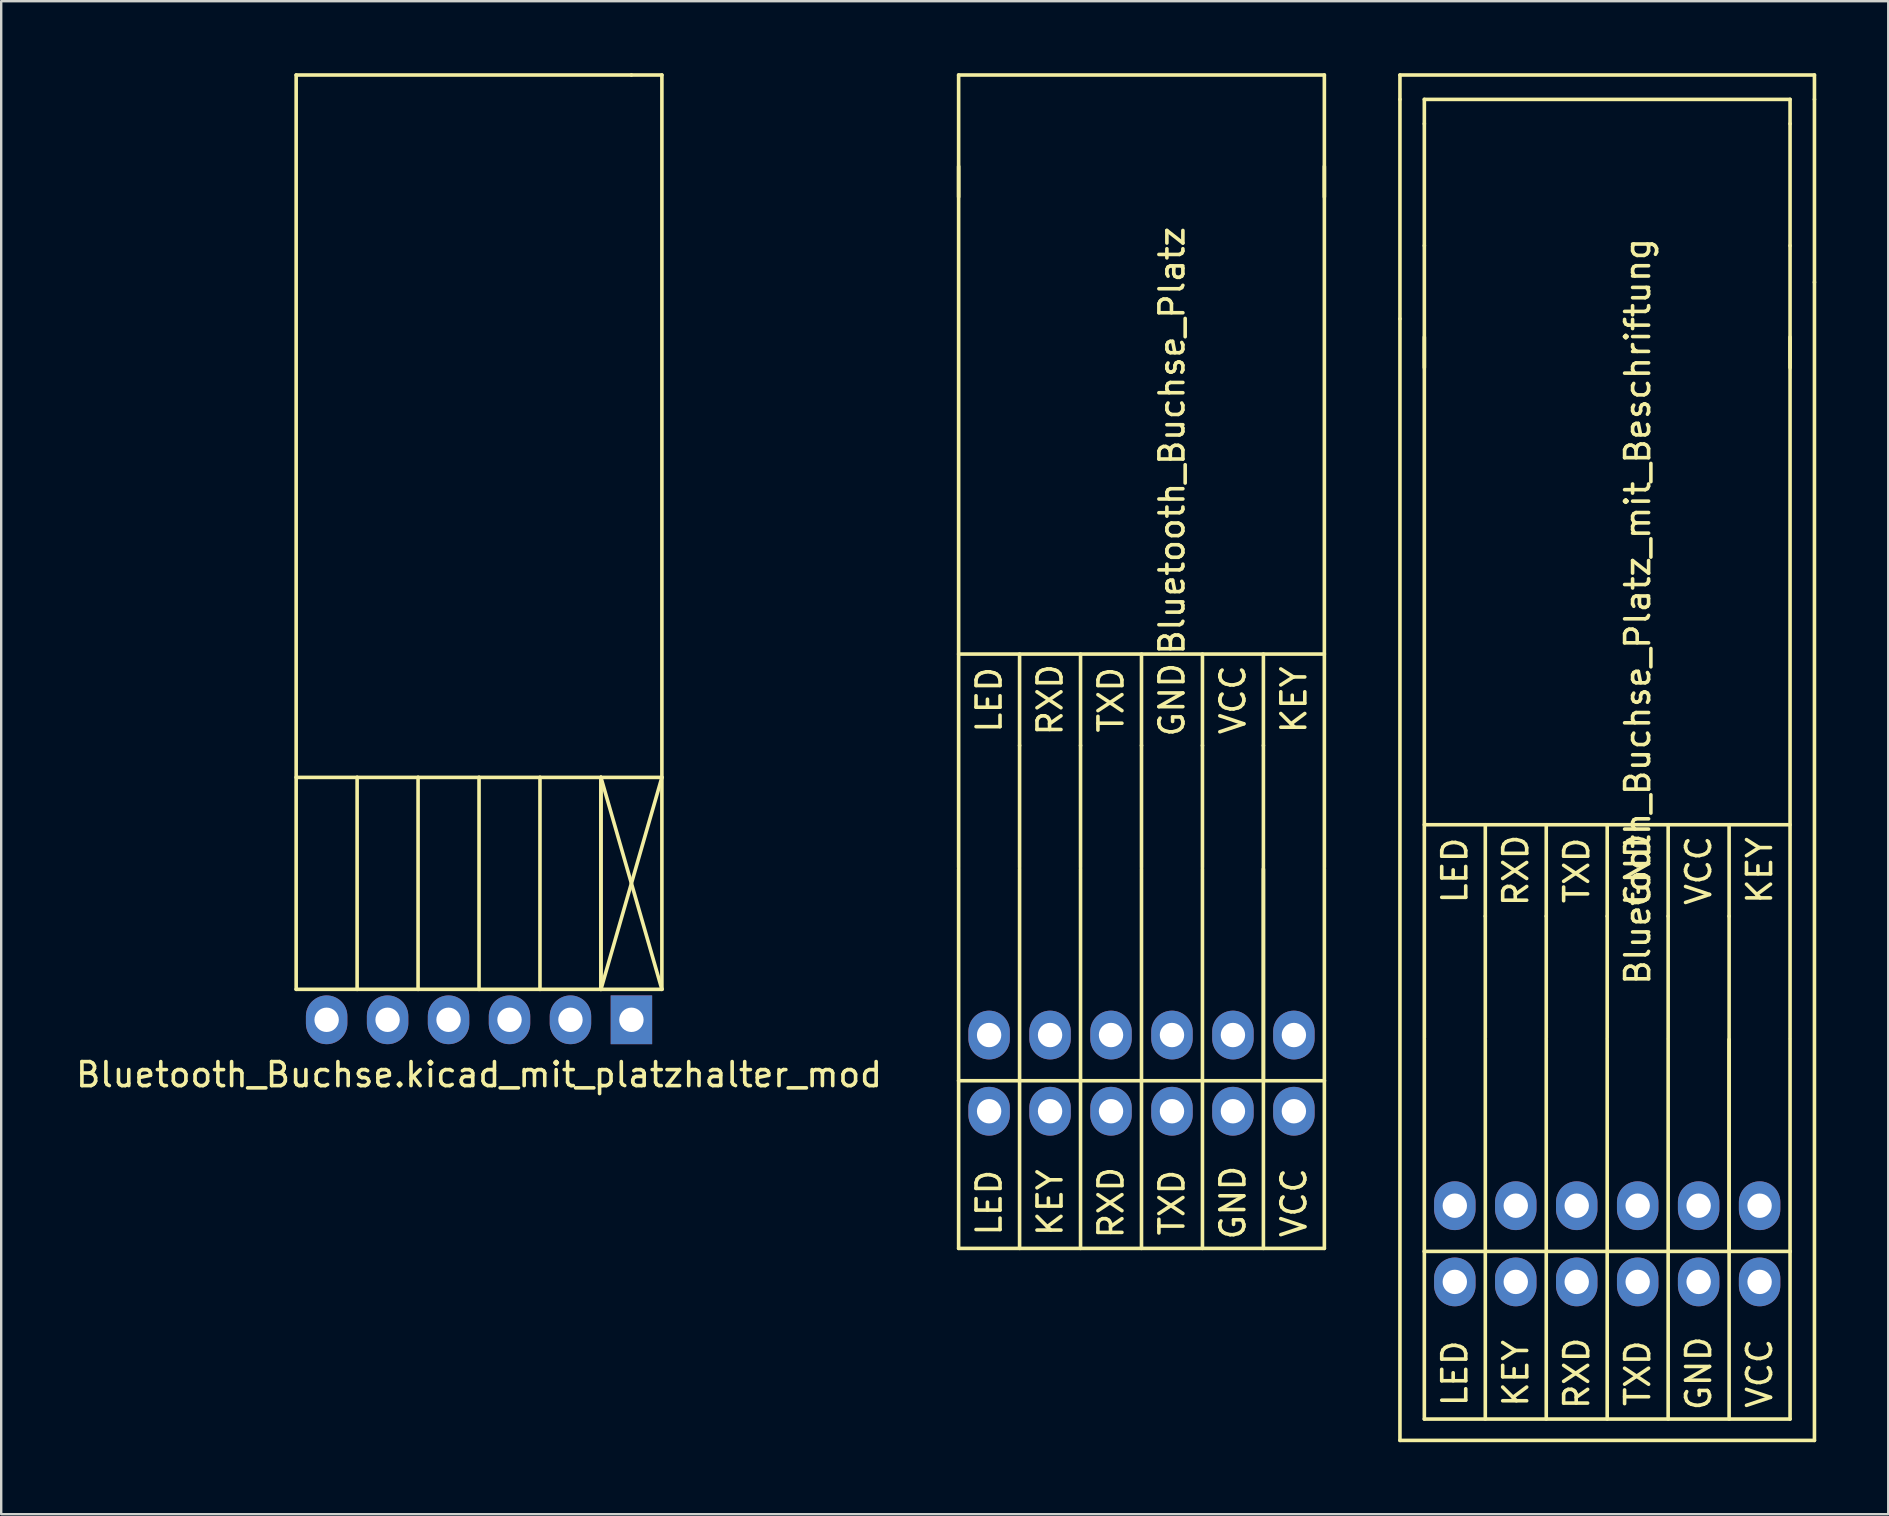
<source format=kicad_pcb>
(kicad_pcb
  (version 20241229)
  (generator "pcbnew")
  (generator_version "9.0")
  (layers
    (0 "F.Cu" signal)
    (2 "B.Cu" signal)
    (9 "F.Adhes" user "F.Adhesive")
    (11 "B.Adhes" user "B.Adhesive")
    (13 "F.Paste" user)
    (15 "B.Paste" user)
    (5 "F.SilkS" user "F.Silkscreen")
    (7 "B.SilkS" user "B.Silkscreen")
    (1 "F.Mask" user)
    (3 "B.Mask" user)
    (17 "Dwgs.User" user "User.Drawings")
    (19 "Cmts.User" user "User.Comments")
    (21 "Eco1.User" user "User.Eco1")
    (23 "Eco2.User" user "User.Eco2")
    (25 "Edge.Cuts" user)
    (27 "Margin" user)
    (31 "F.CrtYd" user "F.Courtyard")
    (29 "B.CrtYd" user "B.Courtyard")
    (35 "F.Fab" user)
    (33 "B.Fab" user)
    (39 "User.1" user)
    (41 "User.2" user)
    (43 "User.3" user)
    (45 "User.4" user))
  (footprint "Bluetooth_Buchse.kicad_mit_platzhalter_mod"
    (layer "F.Cu")
    (at 16.911 39.445)
    (property "Reference" "Bluetooth_Buchse.kicad_mit_platzhalter_mod" (at 0 2.286 0) (layer "F.SilkS") (effects (font (size 1 1) (thickness 0.15))))
    (fp_line (start -7.62 -39.37) (end 6.35 -39.37) (stroke (width 0.15) (type solid)) (layer "F.SilkS"))
    (fp_line (start -7.62 -10.16) (end -7.62 -39.37) (stroke (width 0.15) (type solid)) (layer "F.SilkS"))
    (fp_line (start -7.62 -10.1) (end -7.62 -1.27) (stroke (width 0.15) (type solid)) (layer "F.SilkS"))
    (fp_line (start -5.08 -10.1) (end -7.62 -10.1) (stroke (width 0.15) (type solid)) (layer "F.SilkS"))
    (fp_line (start -5.08 -10.1) (end -5.08 -1.27) (stroke (width 0.15) (type solid)) (layer "F.SilkS"))
    (fp_line (start -5.08 -1.27) (end -7.62 -1.27) (stroke (width 0.15) (type solid)) (layer "F.SilkS"))
    (fp_line (start -2.54 -10.1) (end -5.08 -10.1) (stroke (width 0.15) (type solid)) (layer "F.SilkS"))
    (fp_line (start -2.54 -10.1) (end -2.54 -1.27) (stroke (width 0.15) (type solid)) (layer "F.SilkS"))
    (fp_line (start -2.54 -1.27) (end -5.08 -1.27) (stroke (width 0.15) (type solid)) (layer "F.SilkS"))
    (fp_line (start 0 -10.1) (end -2.54 -10.1) (stroke (width 0.15) (type solid)) (layer "F.SilkS"))
    (fp_line (start 0 -10.1) (end 0 -1.27) (stroke (width 0.15) (type solid)) (layer "F.SilkS"))
    (fp_line (start 0 -1.27) (end -2.54 -1.27) (stroke (width 0.15) (type solid)) (layer "F.SilkS"))
    (fp_line (start 2.54 -10.1) (end 0 -10.1) (stroke (width 0.15) (type solid)) (layer "F.SilkS"))
    (fp_line (start 2.54 -10.1) (end 2.54 -1.27) (stroke (width 0.15) (type solid)) (layer "F.SilkS"))
    (fp_line (start 2.54 -1.27) (end 0 -1.27) (stroke (width 0.15) (type solid)) (layer "F.SilkS"))
    (fp_line (start 5.08 -10.1) (end 2.54 -10.1) (stroke (width 0.15) (type solid)) (layer "F.SilkS"))
    (fp_line (start 5.08 -10.1) (end 5.08 -1.27) (stroke (width 0.15) (type solid)) (layer "F.SilkS"))
    (fp_line (start 5.08 -1.27) (end 2.54 -1.27) (stroke (width 0.15) (type solid)) (layer "F.SilkS"))
    (fp_line (start 5.08 -1.27) (end 5.08 -10.1) (stroke (width 0.15) (type solid)) (layer "F.SilkS"))
    (fp_line (start 6.35 -39.37) (end 7.62 -39.37) (stroke (width 0.15) (type solid)) (layer "F.SilkS"))
    (fp_line (start 7.62 -39.37) (end 7.62 -10.16) (stroke (width 0.15) (type solid)) (layer "F.SilkS"))
    (fp_line (start 7.62 -10.1) (end 5.08 -10.1) (stroke (width 0.15) (type solid)) (layer "F.SilkS"))
    (fp_line (start 7.62 -10.1) (end 5.08 -1.27) (stroke (width 0.15) (type solid)) (layer "F.SilkS"))
    (fp_line (start 7.62 -1.27) (end 5.08 -10.1) (stroke (width 0.15) (type solid)) (layer "F.SilkS"))
    (fp_line (start 7.62 -1.27) (end 5.08 -1.27) (stroke (width 0.15) (type solid)) (layer "F.SilkS"))
    (fp_line (start 7.62 -1.27) (end 7.62 -10.1) (stroke (width 0.15) (type solid)) (layer "F.SilkS"))
    (pad "1" thru_hole rect (at 6.35 0 180) (size 1.727 2.032) (drill 1.016) (layers "*.Cu" "*.Mask"))
    (pad "2" thru_hole oval (at 3.81 0 180) (size 1.727 2.032) (drill 1.016) (layers "*.Cu" "*.Mask"))
    (pad "3" thru_hole oval (at 1.27 0 180) (size 1.727 2.032) (drill 1.016) (layers "*.Cu" "*.Mask"))
    (pad "4" thru_hole oval (at -1.27 0 180) (size 1.727 2.032) (drill 1.016) (layers "*.Cu" "*.Mask"))
    (pad "5" thru_hole oval (at -3.81 0 180) (size 1.727 2.032) (drill 1.016) (layers "*.Cu" "*.Mask"))
    (pad "6" thru_hole oval (at -6.35 0 180) (size 1.727 2.032) (drill 1.016) (layers "*.Cu" "*.Mask")))
  (footprint "Bluetooth_Buchse_Platz_mit_Beschriftung"
    (layer "F.Cu")
    (at 63.922 50.367)
    (property "Reference" "Bluetooth_Buchse_Platz_mit_Beschriftung" (at 1.27 -27.94 90) (layer "F.SilkS") (effects (font (size 1 1) (thickness 0.15))))
    (fp_line (start -8.636 -50.292) (end 8.636 -50.292) (stroke (width 0.15) (type solid)) (layer "F.SilkS"))
    (fp_line (start -8.636 -49.276) (end -8.636 -50.292) (stroke (width 0.15) (type solid)) (layer "F.SilkS"))
    (fp_line (start -8.636 -40.132) (end -8.636 -49.276) (stroke (width 0.15) (type solid)) (layer "F.SilkS"))
    (fp_line (start -8.636 -40.132) (end -8.636 6.604) (stroke (width 0.15) (type solid)) (layer "F.SilkS"))
    (fp_line (start -8.636 6.604) (end 8.636 6.604) (stroke (width 0.15) (type solid)) (layer "F.SilkS"))
    (fp_line (start -7.62 -49.276) (end 7.62 -49.276) (stroke (width 0.15) (type solid)) (layer "F.SilkS"))
    (fp_line (start -7.62 -48.26) (end -7.62 -49.276) (stroke (width 0.15) (type solid)) (layer "F.SilkS"))
    (fp_line (start -7.62 -43.18) (end -7.62 -48.26) (stroke (width 0.15) (type solid)) (layer "F.SilkS"))
    (fp_line (start -7.62 -43.18) (end -7.62 -38.1) (stroke (width 0.15) (type solid)) (layer "F.SilkS"))
    (fp_line (start -7.62 -10.16) (end -7.62 -39.37) (stroke (width 0.15) (type solid)) (layer "F.SilkS"))
    (fp_line (start -7.62 -10.1) (end -7.62 -1.27) (stroke (width 0.15) (type solid)) (layer "F.SilkS"))
    (fp_line (start -7.62 -1.27) (end -7.62 5.715) (stroke (width 0.15) (type solid)) (layer "F.SilkS"))
    (fp_line (start -7.62 5.715) (end 7.62 5.715) (stroke (width 0.15) (type solid)) (layer "F.SilkS"))
    (fp_line (start -5.08 -15.24) (end -5.08 -19.05) (stroke (width 0.15) (type solid)) (layer "F.SilkS"))
    (fp_line (start -5.08 -10.16) (end -5.08 -15.24) (stroke (width 0.15) (type solid)) (layer "F.SilkS"))
    (fp_line (start -5.08 -10.1) (end -5.08 -1.27) (stroke (width 0.15) (type solid)) (layer "F.SilkS"))
    (fp_line (start -5.08 -1.27) (end -7.62 -1.27) (stroke (width 0.15) (type solid)) (layer "F.SilkS"))
    (fp_line (start -5.08 -1.27) (end -5.08 5.715) (stroke (width 0.15) (type solid)) (layer "F.SilkS"))
    (fp_line (start -2.54 -15.24) (end -2.54 -19.05) (stroke (width 0.15) (type solid)) (layer "F.SilkS"))
    (fp_line (start -2.54 -10.16) (end -2.54 -15.24) (stroke (width 0.15) (type solid)) (layer "F.SilkS"))
    (fp_line (start -2.54 -10.1) (end -2.54 -1.27) (stroke (width 0.15) (type solid)) (layer "F.SilkS"))
    (fp_line (start -2.54 -1.27) (end -5.08 -1.27) (stroke (width 0.15) (type solid)) (layer "F.SilkS"))
    (fp_line (start -2.54 -1.27) (end -2.54 5.715) (stroke (width 0.15) (type solid)) (layer "F.SilkS"))
    (fp_line (start 0 -15.24) (end 0 -19.05) (stroke (width 0.15) (type solid)) (layer "F.SilkS"))
    (fp_line (start 0 -10.16) (end 0 -15.24) (stroke (width 0.15) (type solid)) (layer "F.SilkS"))
    (fp_line (start 0 -10.1) (end 0 -1.27) (stroke (width 0.15) (type solid)) (layer "F.SilkS"))
    (fp_line (start 0 -1.27) (end -2.54 -1.27) (stroke (width 0.15) (type solid)) (layer "F.SilkS"))
    (fp_line (start 0 -1.27) (end 0 5.715) (stroke (width 0.15) (type solid)) (layer "F.SilkS"))
    (fp_line (start 2.54 -15.24) (end 2.54 -19.05) (stroke (width 0.15) (type solid)) (layer "F.SilkS"))
    (fp_line (start 2.54 -10.16) (end 2.54 -15.24) (stroke (width 0.15) (type solid)) (layer "F.SilkS"))
    (fp_line (start 2.54 -10.1) (end 2.54 -1.27) (stroke (width 0.15) (type solid)) (layer "F.SilkS"))
    (fp_line (start 2.54 -1.27) (end 0 -1.27) (stroke (width 0.15) (type solid)) (layer "F.SilkS"))
    (fp_line (start 2.54 -1.27) (end 2.54 5.715) (stroke (width 0.15) (type solid)) (layer "F.SilkS"))
    (fp_line (start 5.08 -15.24) (end 5.08 -19.05) (stroke (width 0.15) (type solid)) (layer "F.SilkS"))
    (fp_line (start 5.08 -10.16) (end 5.08 -15.24) (stroke (width 0.15) (type solid)) (layer "F.SilkS"))
    (fp_line (start 5.08 -10.1) (end 5.08 -1.27) (stroke (width 0.15) (type solid)) (layer "F.SilkS"))
    (fp_line (start 5.08 -1.27) (end 2.54 -1.27) (stroke (width 0.15) (type solid)) (layer "F.SilkS"))
    (fp_line (start 5.08 -1.27) (end 5.08 -10.1) (stroke (width 0.15) (type solid)) (layer "F.SilkS"))
    (fp_line (start 5.08 -1.27) (end 5.08 5.715) (stroke (width 0.15) (type solid)) (layer "F.SilkS"))
    (fp_line (start 7.62 -49.276) (end 7.62 -48.26) (stroke (width 0.15) (type solid)) (layer "F.SilkS"))
    (fp_line (start 7.62 -48.26) (end 7.62 -43.18) (stroke (width 0.15) (type solid)) (layer "F.SilkS"))
    (fp_line (start 7.62 -39.37) (end 7.62 -10.16) (stroke (width 0.15) (type solid)) (layer "F.SilkS"))
    (fp_line (start 7.62 -38.1) (end 7.62 -43.18) (stroke (width 0.15) (type solid)) (layer "F.SilkS"))
    (fp_line (start 7.62 -19.05) (end -7.62 -19.05) (stroke (width 0.15) (type solid)) (layer "F.SilkS"))
    (fp_line (start 7.62 -1.27) (end 5.08 -1.27) (stroke (width 0.15) (type solid)) (layer "F.SilkS"))
    (fp_line (start 7.62 -1.27) (end 7.62 -10.1) (stroke (width 0.15) (type solid)) (layer "F.SilkS"))
    (fp_line (start 7.62 5.715) (end 7.62 -1.27) (stroke (width 0.15) (type solid)) (layer "F.SilkS"))
    (fp_line (start 8.636 -50.292) (end 8.636 -49.276) (stroke (width 0.15) (type solid)) (layer "F.SilkS"))
    (fp_line (start 8.636 -49.276) (end 8.636 -41.656) (stroke (width 0.15) (type solid)) (layer "F.SilkS"))
    (fp_line (start 8.636 6.604) (end 8.636 -41.656) (stroke (width 0.15) (type solid)) (layer "F.SilkS"))
    (fp_text user "RXD" (at -3.81 -17.145 90) (layer "F.SilkS") (effects (font (size 1 1) (thickness 0.15))))
    (fp_text user "TXD" (at -1.27 -17.145 90) (layer "F.SilkS") (effects (font (size 1 1) (thickness 0.15))))
    (fp_text user "KEY" (at 6.35 -17.145 90) (layer "F.SilkS") (effects (font (size 1 1) (thickness 0.15))))
    (fp_text user "LED" (at -6.35 3.81 90) (layer "F.SilkS") (effects (font (size 1 1) (thickness 0.15))))
    (fp_text user "GND" (at 3.81 3.81 90) (layer "F.SilkS") (effects (font (size 1 1) (thickness 0.15))))
    (fp_text user "LED" (at -6.35 -17.145 90) (layer "F.SilkS") (effects (font (size 1 1) (thickness 0.15))))
    (fp_text user "GND" (at 1.27 -17.145 90) (layer "F.SilkS") (effects (font (size 1 1) (thickness 0.15))))
    (fp_text user "VCC" (at 6.35 3.81 90) (layer "F.SilkS") (effects (font (size 1 1) (thickness 0.15))))
    (fp_text user "RXD" (at -1.27 3.81 90) (layer "F.SilkS") (effects (font (size 1 1) (thickness 0.15))))
    (fp_text user "TXD" (at 1.27 3.81 90) (layer "F.SilkS") (effects (font (size 1 1) (thickness 0.15))))
    (fp_text user "VCC" (at 3.81 -17.145 90) (layer "F.SilkS") (effects (font (size 1 1) (thickness 0.15))))
    (fp_text user "KEY" (at -3.81 3.81 90) (layer "F.SilkS") (effects (font (size 1 1) (thickness 0.15))))
    (pad "GND" thru_hole oval (at 1.27 -3.175 180) (size 1.727 2.032) (drill 1.016) (layers "*.Cu" "*.Mask"))
    (pad "GND" thru_hole oval (at 3.81 0 180) (size 1.727 2.032) (drill 1.016) (layers "*.Cu" "*.Mask"))
    (pad "Key" thru_hole oval (at -3.81 0 180) (size 1.727 2.032) (drill 1.016) (layers "*.Cu" "*.Mask"))
    (pad "Key" thru_hole oval (at 6.35 -3.175 180) (size 1.727 2.032) (drill 1.016) (layers "*.Cu" "*.Mask"))
    (pad "LED" thru_hole oval (at -6.35 -3.175 180) (size 1.727 2.032) (drill 1.016) (layers "*.Cu" "*.Mask"))
    (pad "LED" thru_hole oval (at -6.35 0 180) (size 1.727 2.032) (drill 1.016) (layers "*.Cu" "*.Mask"))
    (pad "RXD" thru_hole oval (at -3.81 -3.175 180) (size 1.727 2.032) (drill 1.016) (layers "*.Cu" "*.Mask"))
    (pad "RXD" thru_hole oval (at -1.27 0 180) (size 1.727 2.032) (drill 1.016) (layers "*.Cu" "*.Mask"))
    (pad "TXD" thru_hole oval (at -1.27 -3.175 180) (size 1.727 2.032) (drill 1.016) (layers "*.Cu" "*.Mask"))
    (pad "TXD" thru_hole oval (at 1.27 0 180) (size 1.727 2.032) (drill 1.016) (layers "*.Cu" "*.Mask"))
    (pad "VCC" thru_hole oval (at 3.81 -3.175 180) (size 1.727 2.032) (drill 1.016) (layers "*.Cu" "*.Mask"))
    (pad "VCC" thru_hole oval (at 6.35 0 180) (size 1.727 2.032) (drill 1.016) (layers "*.Cu" "*.Mask")))
  (footprint "Bluetooth_Buchse_Platz"
    (layer "F.Cu")
    (at 44.516 43.255)
    (property "Reference" "Bluetooth_Buchse_Platz" (at 1.27 -27.94 90) (layer "F.SilkS") (effects (font (size 1 1) (thickness 0.15))))
    (fp_line (start -7.62 -43.18) (end -7.62 -38.1) (stroke (width 0.15) (type solid)) (layer "F.SilkS"))
    (fp_line (start -7.62 -10.16) (end -7.62 -39.37) (stroke (width 0.15) (type solid)) (layer "F.SilkS"))
    (fp_line (start -7.62 -10.1) (end -7.62 -1.27) (stroke (width 0.15) (type solid)) (layer "F.SilkS"))
    (fp_line (start -7.62 -1.27) (end -7.62 5.715) (stroke (width 0.15) (type solid)) (layer "F.SilkS"))
    (fp_line (start -7.62 5.715) (end 7.62 5.715) (stroke (width 0.15) (type solid)) (layer "F.SilkS"))
    (fp_line (start -5.08 -15.24) (end -5.08 -19.05) (stroke (width 0.15) (type solid)) (layer "F.SilkS"))
    (fp_line (start -5.08 -10.16) (end -5.08 -15.24) (stroke (width 0.15) (type solid)) (layer "F.SilkS"))
    (fp_line (start -5.08 -10.1) (end -5.08 -1.27) (stroke (width 0.15) (type solid)) (layer "F.SilkS"))
    (fp_line (start -5.08 -1.27) (end -7.62 -1.27) (stroke (width 0.15) (type solid)) (layer "F.SilkS"))
    (fp_line (start -5.08 -1.27) (end -5.08 5.715) (stroke (width 0.15) (type solid)) (layer "F.SilkS"))
    (fp_line (start -2.54 -15.24) (end -2.54 -19.05) (stroke (width 0.15) (type solid)) (layer "F.SilkS"))
    (fp_line (start -2.54 -10.16) (end -2.54 -15.24) (stroke (width 0.15) (type solid)) (layer "F.SilkS"))
    (fp_line (start -2.54 -10.1) (end -2.54 -1.27) (stroke (width 0.15) (type solid)) (layer "F.SilkS"))
    (fp_line (start -2.54 -1.27) (end -5.08 -1.27) (stroke (width 0.15) (type solid)) (layer "F.SilkS"))
    (fp_line (start -2.54 -1.27) (end -2.54 5.715) (stroke (width 0.15) (type solid)) (layer "F.SilkS"))
    (fp_line (start 0 -15.24) (end 0 -19.05) (stroke (width 0.15) (type solid)) (layer "F.SilkS"))
    (fp_line (start 0 -10.16) (end 0 -15.24) (stroke (width 0.15) (type solid)) (layer "F.SilkS"))
    (fp_line (start 0 -10.1) (end 0 -1.27) (stroke (width 0.15) (type solid)) (layer "F.SilkS"))
    (fp_line (start 0 -1.27) (end -2.54 -1.27) (stroke (width 0.15) (type solid)) (layer "F.SilkS"))
    (fp_line (start 0 -1.27) (end 0 5.715) (stroke (width 0.15) (type solid)) (layer "F.SilkS"))
    (fp_line (start 2.54 -15.24) (end 2.54 -19.05) (stroke (width 0.15) (type solid)) (layer "F.SilkS"))
    (fp_line (start 2.54 -10.16) (end 2.54 -15.24) (stroke (width 0.15) (type solid)) (layer "F.SilkS"))
    (fp_line (start 2.54 -10.1) (end 2.54 -1.27) (stroke (width 0.15) (type solid)) (layer "F.SilkS"))
    (fp_line (start 2.54 -1.27) (end 0 -1.27) (stroke (width 0.15) (type solid)) (layer "F.SilkS"))
    (fp_line (start 2.54 -1.27) (end 2.54 5.715) (stroke (width 0.15) (type solid)) (layer "F.SilkS"))
    (fp_line (start 5.08 -15.24) (end 5.08 -19.05) (stroke (width 0.15) (type solid)) (layer "F.SilkS"))
    (fp_line (start 5.08 -10.16) (end 5.08 -15.24) (stroke (width 0.15) (type solid)) (layer "F.SilkS"))
    (fp_line (start 5.08 -10.1) (end 5.08 -1.27) (stroke (width 0.15) (type solid)) (layer "F.SilkS"))
    (fp_line (start 5.08 -1.27) (end 2.54 -1.27) (stroke (width 0.15) (type solid)) (layer "F.SilkS"))
    (fp_line (start 5.08 -1.27) (end 5.08 -10.1) (stroke (width 0.15) (type solid)) (layer "F.SilkS"))
    (fp_line (start 5.08 -1.27) (end 5.08 5.715) (stroke (width 0.15) (type solid)) (layer "F.SilkS"))
    (fp_line (start 7.62 -43.18) (end -7.62 -43.18) (stroke (width 0.15) (type solid)) (layer "F.SilkS"))
    (fp_line (start 7.62 -39.37) (end 7.62 -10.16) (stroke (width 0.15) (type solid)) (layer "F.SilkS"))
    (fp_line (start 7.62 -38.1) (end 7.62 -43.18) (stroke (width 0.15) (type solid)) (layer "F.SilkS"))
    (fp_line (start 7.62 -19.05) (end -7.62 -19.05) (stroke (width 0.15) (type solid)) (layer "F.SilkS"))
    (fp_line (start 7.62 -1.27) (end 5.08 -1.27) (stroke (width 0.15) (type solid)) (layer "F.SilkS"))
    (fp_line (start 7.62 -1.27) (end 7.62 -10.1) (stroke (width 0.15) (type solid)) (layer "F.SilkS"))
    (fp_line (start 7.62 5.715) (end 7.62 -1.27) (stroke (width 0.15) (type solid)) (layer "F.SilkS"))
    (fp_text user "LED" (at -6.35 -17.145 90) (layer "F.SilkS") (effects (font (size 1 1) (thickness 0.15))))
    (fp_text user "KEY" (at -3.81 3.81 90) (layer "F.SilkS") (effects (font (size 1 1) (thickness 0.15))))
    (fp_text user "KEY" (at 6.35 -17.145 90) (layer "F.SilkS") (effects (font (size 1 1) (thickness 0.15))))
    (fp_text user "TXD" (at -1.27 -17.145 90) (layer "F.SilkS") (effects (font (size 1 1) (thickness 0.15))))
    (fp_text user "GND" (at 3.81 3.81 90) (layer "F.SilkS") (effects (font (size 1 1) (thickness 0.15))))
    (fp_text user "GND" (at 1.27 -17.145 90) (layer "F.SilkS") (effects (font (size 1 1) (thickness 0.15))))
    (fp_text user "RXD" (at -3.81 -17.145 90) (layer "F.SilkS") (effects (font (size 1 1) (thickness 0.15))))
    (fp_text user "TXD" (at 1.27 3.81 90) (layer "F.SilkS") (effects (font (size 1 1) (thickness 0.15))))
    (fp_text user "VCC" (at 6.35 3.81 90) (layer "F.SilkS") (effects (font (size 1 1) (thickness 0.15))))
    (fp_text user "VCC" (at 3.81 -17.145 90) (layer "F.SilkS") (effects (font (size 1 1) (thickness 0.15))))
    (fp_text user "RXD" (at -1.27 3.81 90) (layer "F.SilkS") (effects (font (size 1 1) (thickness 0.15))))
    (fp_text user "LED" (at -6.35 3.81 90) (layer "F.SilkS") (effects (font (size 1 1) (thickness 0.15))))
    (pad "GND" thru_hole oval (at 1.27 -3.175 180) (size 1.727 2.032) (drill 1.016) (layers "*.Cu" "*.Mask"))
    (pad "GND" thru_hole oval (at 3.81 0 180) (size 1.727 2.032) (drill 1.016) (layers "*.Cu" "*.Mask"))
    (pad "Key" thru_hole oval (at -3.81 0 180) (size 1.727 2.032) (drill 1.016) (layers "*.Cu" "*.Mask"))
    (pad "Key" thru_hole oval (at 6.35 -3.175 180) (size 1.727 2.032) (drill 1.016) (layers "*.Cu" "*.Mask"))
    (pad "LED" thru_hole oval (at -6.35 -3.175 180) (size 1.727 2.032) (drill 1.016) (layers "*.Cu" "*.Mask"))
    (pad "LED" thru_hole oval (at -6.35 0 180) (size 1.727 2.032) (drill 1.016) (layers "*.Cu" "*.Mask"))
    (pad "RXD" thru_hole oval (at -3.81 -3.175 180) (size 1.727 2.032) (drill 1.016) (layers "*.Cu" "*.Mask"))
    (pad "RXD" thru_hole oval (at -1.27 0 180) (size 1.727 2.032) (drill 1.016) (layers "*.Cu" "*.Mask"))
    (pad "TXD" thru_hole oval (at -1.27 -3.175 180) (size 1.727 2.032) (drill 1.016) (layers "*.Cu" "*.Mask"))
    (pad "TXD" thru_hole oval (at 1.27 0 180) (size 1.727 2.032) (drill 1.016) (layers "*.Cu" "*.Mask"))
    (pad "VCC" thru_hole oval (at 3.81 -3.175 180) (size 1.727 2.032) (drill 1.016) (layers "*.Cu" "*.Mask"))
    (pad "VCC" thru_hole oval (at 6.35 0 180) (size 1.727 2.032) (drill 1.016) (layers "*.Cu" "*.Mask")))
  (gr_rect
    (start -3 -3)
    (end 75.633 60.046)
    (stroke (width 0.1) (type default))
    (fill no)
    (layer "Edge.Cuts")))
</source>
